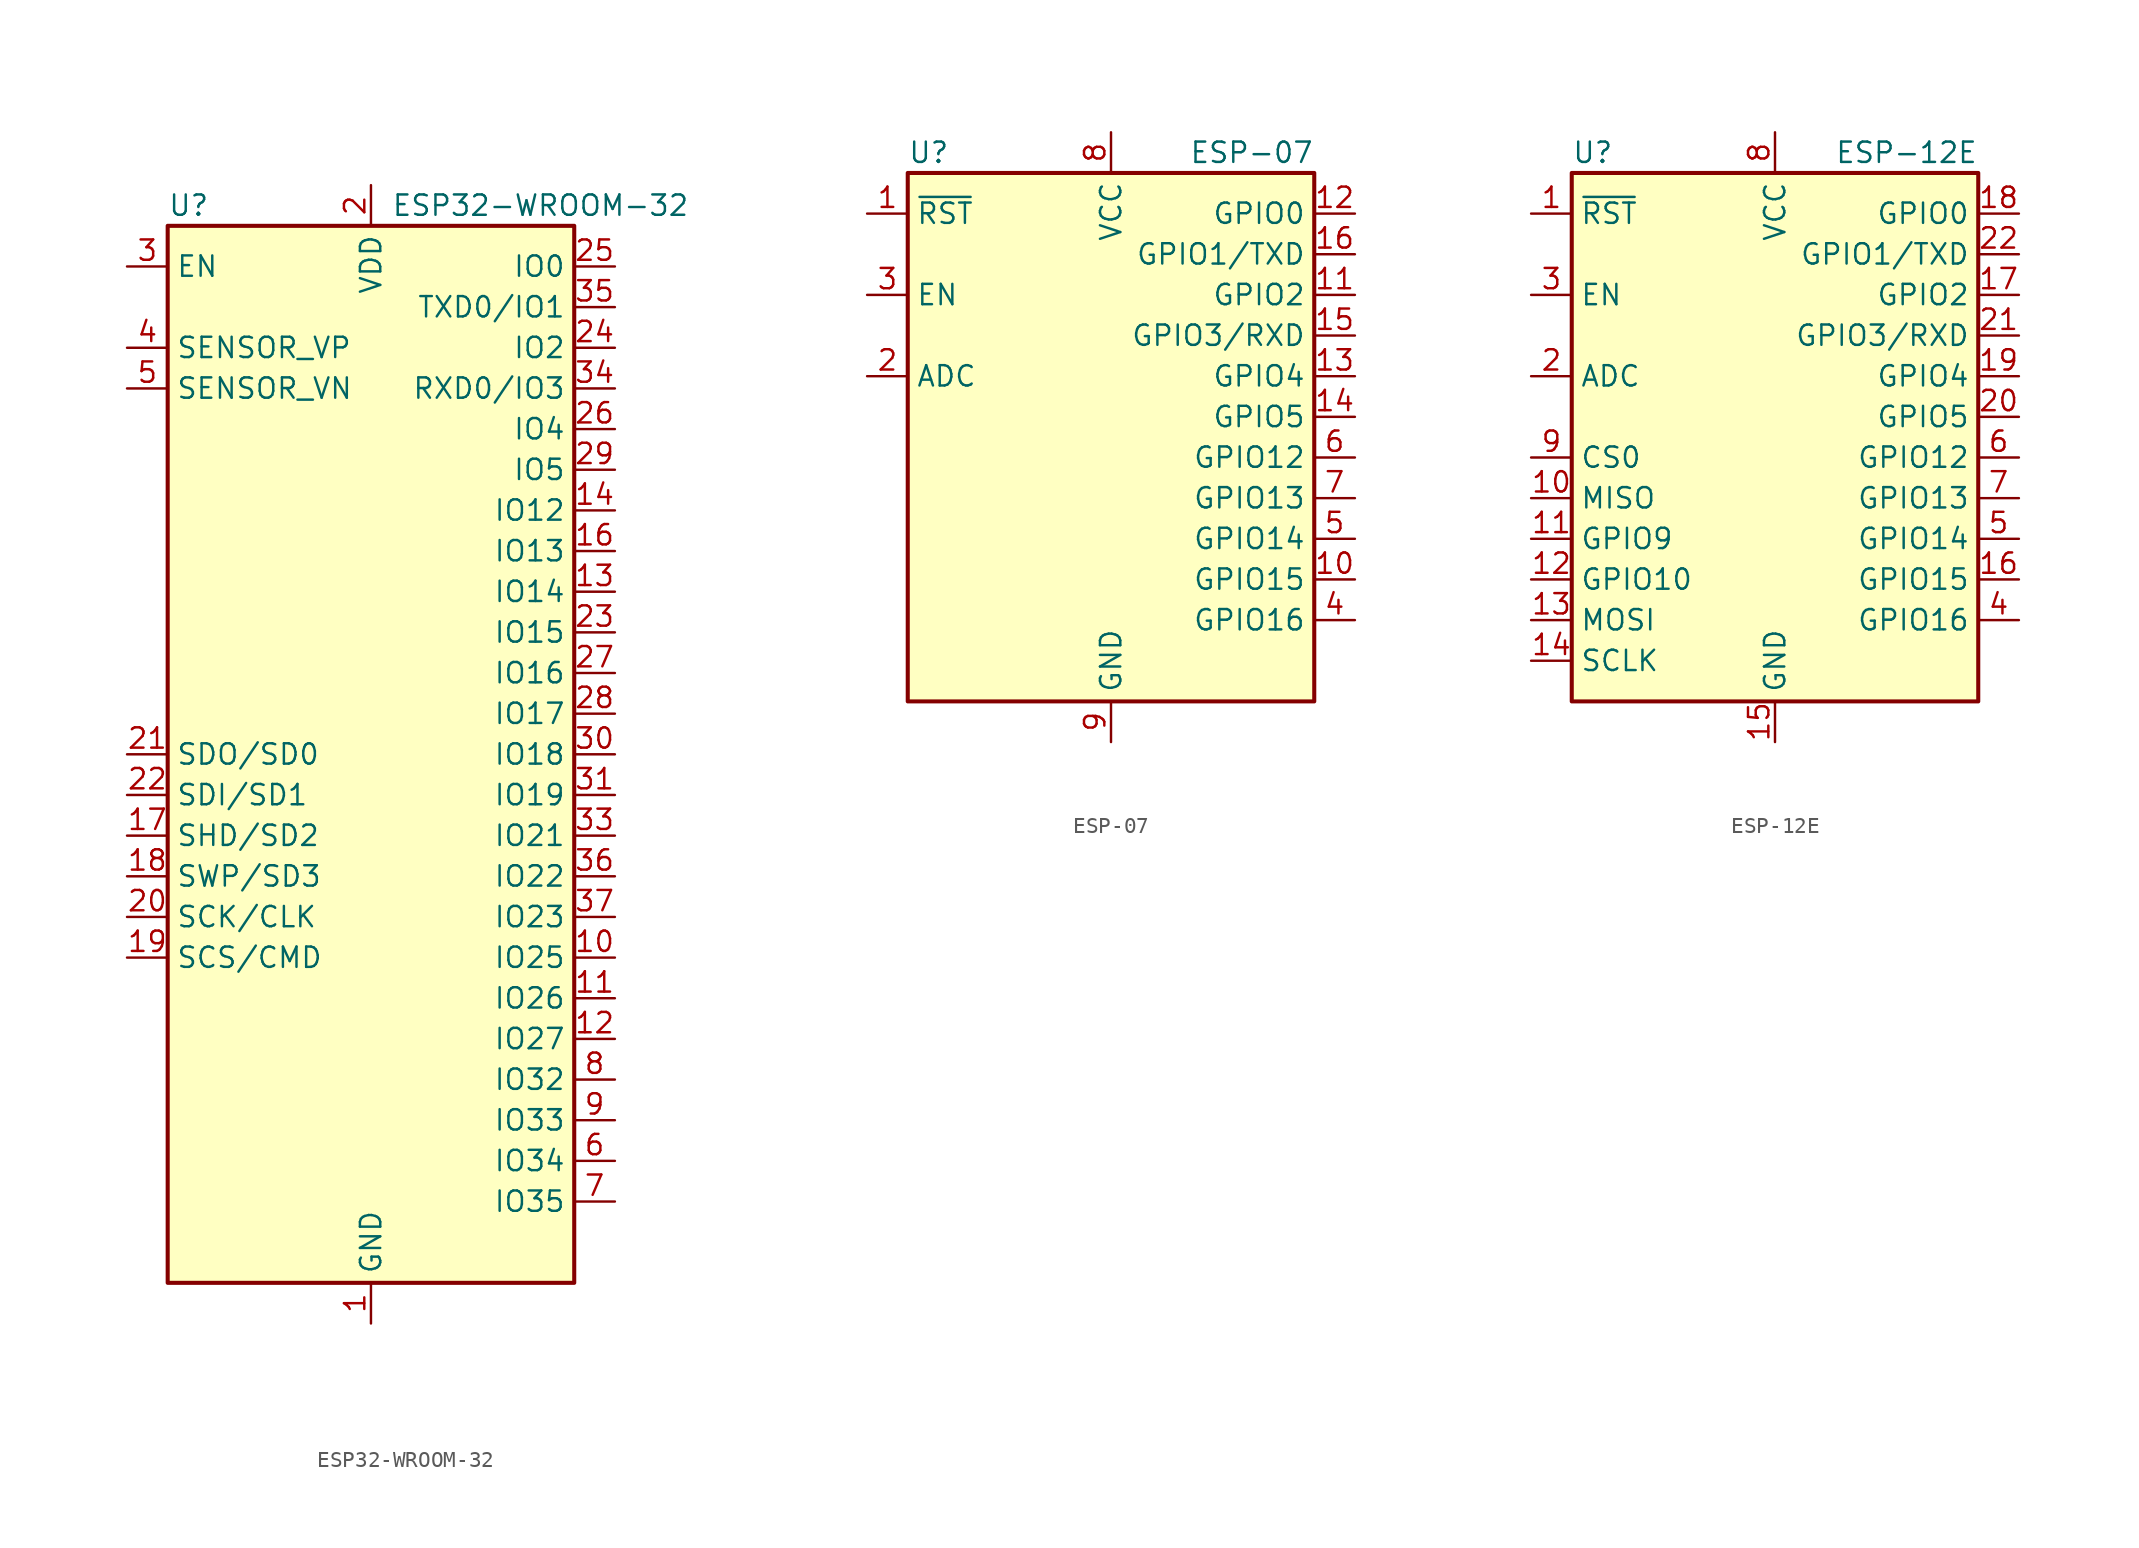
<source format=kicad_sym>
(kicad_symbol_lib
  (version 20241209)
  (generator "kicad_symbol_editor")
  (generator_version "9.0")
  (symbol "ESP32-WROOM-32"
    (property "Reference" "U"
      (at -12.7 34.29 0)
      (effects (font (size 1.27 1.27)) (justify left)))
    (property "Value" "ESP32-WROOM-32"
      (at 1.27 34.29 0)
      (effects (font (size 1.27 1.27)) (justify left)))
    (symbol "ESP32-WROOM-32_0_1"
      (rectangle (start -12.7 33.02) (end 12.7 -33.02) (stroke (width 0.254) (type default)) (fill (type background))))
    (symbol "ESP32-WROOM-32_1_1"
      (pin input line (at -15.24 30.48 0) (length 2.54) (name "EN" (effects (font (size 1.27 1.27)))) (number "3" (effects (font (size 1.27 1.27)))))
      (pin input line (at -15.24 25.4 0) (length 2.54) (name "SENSOR_VP" (effects (font (size 1.27 1.27)))) (number "4" (effects (font (size 1.27 1.27)))))
      (pin input line (at -15.24 22.86 0) (length 2.54) (name "SENSOR_VN" (effects (font (size 1.27 1.27)))) (number "5" (effects (font (size 1.27 1.27)))))
      (pin bidirectional line (at -15.24 0 0) (length 2.54) (name "SDO/SD0" (effects (font (size 1.27 1.27)))) (number "21" (effects (font (size 1.27 1.27)))))
      (pin bidirectional line (at -15.24 -2.54 0) (length 2.54) (name "SDI/SD1" (effects (font (size 1.27 1.27)))) (number "22" (effects (font (size 1.27 1.27)))))
      (pin bidirectional line (at -15.24 -5.08 0) (length 2.54) (name "SHD/SD2" (effects (font (size 1.27 1.27)))) (number "17" (effects (font (size 1.27 1.27)))))
      (pin bidirectional line (at -15.24 -7.62 0) (length 2.54) (name "SWP/SD3" (effects (font (size 1.27 1.27)))) (number "18" (effects (font (size 1.27 1.27)))))
      (pin bidirectional line (at -15.24 -10.16 0) (length 2.54) (name "SCK/CLK" (effects (font (size 1.27 1.27)))) (number "20" (effects (font (size 1.27 1.27)))))
      (pin bidirectional line (at -15.24 -12.7 0) (length 2.54) (name "SCS/CMD" (effects (font (size 1.27 1.27)))) (number "19" (effects (font (size 1.27 1.27)))))
      (pin no_connect line (at -12.7 -27.94 0) (length 2.54) (hide yes) (name "NC" (effects (font (size 1.27 1.27)))) (number "32" (effects (font (size 1.27 1.27)))))
      (pin power_in line (at 0 35.56 270) (length 2.54) (name "VDD" (effects (font (size 1.27 1.27)))) (number "2" (effects (font (size 1.27 1.27)))))
      (pin power_in line (at 0 -35.56 90) (length 2.54) (name "GND" (effects (font (size 1.27 1.27)))) (number "1" (effects (font (size 1.27 1.27)))))
      (pin passive line (at 0 -35.56 90) (length 2.54) (hide yes) (name "GND" (effects (font (size 1.27 1.27)))) (number "15" (effects (font (size 1.27 1.27)))))
      (pin passive line (at 0 -35.56 90) (length 2.54) (hide yes) (name "GND" (effects (font (size 1.27 1.27)))) (number "38" (effects (font (size 1.27 1.27)))))
      (pin passive line (at 0 -35.56 90) (length 2.54) (hide yes) (name "GND" (effects (font (size 1.27 1.27)))) (number "39" (effects (font (size 1.27 1.27)))))
      (pin bidirectional line (at 15.24 30.48 180) (length 2.54) (name "IO0" (effects (font (size 1.27 1.27)))) (number "25" (effects (font (size 1.27 1.27)))))
      (pin bidirectional line (at 15.24 27.94 180) (length 2.54) (name "TXD0/IO1" (effects (font (size 1.27 1.27)))) (number "35" (effects (font (size 1.27 1.27)))))
      (pin bidirectional line (at 15.24 25.4 180) (length 2.54) (name "IO2" (effects (font (size 1.27 1.27)))) (number "24" (effects (font (size 1.27 1.27)))))
      (pin bidirectional line (at 15.24 22.86 180) (length 2.54) (name "RXD0/IO3" (effects (font (size 1.27 1.27)))) (number "34" (effects (font (size 1.27 1.27)))))
      (pin bidirectional line (at 15.24 20.32 180) (length 2.54) (name "IO4" (effects (font (size 1.27 1.27)))) (number "26" (effects (font (size 1.27 1.27)))))
      (pin bidirectional line (at 15.24 17.78 180) (length 2.54) (name "IO5" (effects (font (size 1.27 1.27)))) (number "29" (effects (font (size 1.27 1.27)))))
      (pin bidirectional line (at 15.24 15.24 180) (length 2.54) (name "IO12" (effects (font (size 1.27 1.27)))) (number "14" (effects (font (size 1.27 1.27)))))
      (pin bidirectional line (at 15.24 12.7 180) (length 2.54) (name "IO13" (effects (font (size 1.27 1.27)))) (number "16" (effects (font (size 1.27 1.27)))))
      (pin bidirectional line (at 15.24 10.16 180) (length 2.54) (name "IO14" (effects (font (size 1.27 1.27)))) (number "13" (effects (font (size 1.27 1.27)))))
      (pin bidirectional line (at 15.24 7.62 180) (length 2.54) (name "IO15" (effects (font (size 1.27 1.27)))) (number "23" (effects (font (size 1.27 1.27)))))
      (pin bidirectional line (at 15.24 5.08 180) (length 2.54) (name "IO16" (effects (font (size 1.27 1.27)))) (number "27" (effects (font (size 1.27 1.27)))))
      (pin bidirectional line (at 15.24 2.54 180) (length 2.54) (name "IO17" (effects (font (size 1.27 1.27)))) (number "28" (effects (font (size 1.27 1.27)))))
      (pin bidirectional line (at 15.24 0 180) (length 2.54) (name "IO18" (effects (font (size 1.27 1.27)))) (number "30" (effects (font (size 1.27 1.27)))))
      (pin bidirectional line (at 15.24 -2.54 180) (length 2.54) (name "IO19" (effects (font (size 1.27 1.27)))) (number "31" (effects (font (size 1.27 1.27)))))
      (pin bidirectional line (at 15.24 -5.08 180) (length 2.54) (name "IO21" (effects (font (size 1.27 1.27)))) (number "33" (effects (font (size 1.27 1.27)))))
      (pin bidirectional line (at 15.24 -7.62 180) (length 2.54) (name "IO22" (effects (font (size 1.27 1.27)))) (number "36" (effects (font (size 1.27 1.27)))))
      (pin bidirectional line (at 15.24 -10.16 180) (length 2.54) (name "IO23" (effects (font (size 1.27 1.27)))) (number "37" (effects (font (size 1.27 1.27)))))
      (pin bidirectional line (at 15.24 -12.7 180) (length 2.54) (name "IO25" (effects (font (size 1.27 1.27)))) (number "10" (effects (font (size 1.27 1.27)))))
      (pin bidirectional line (at 15.24 -15.24 180) (length 2.54) (name "IO26" (effects (font (size 1.27 1.27)))) (number "11" (effects (font (size 1.27 1.27)))))
      (pin bidirectional line (at 15.24 -17.78 180) (length 2.54) (name "IO27" (effects (font (size 1.27 1.27)))) (number "12" (effects (font (size 1.27 1.27)))))
      (pin bidirectional line (at 15.24 -20.32 180) (length 2.54) (name "IO32" (effects (font (size 1.27 1.27)))) (number "8" (effects (font (size 1.27 1.27)))))
      (pin bidirectional line (at 15.24 -22.86 180) (length 2.54) (name "IO33" (effects (font (size 1.27 1.27)))) (number "9" (effects (font (size 1.27 1.27)))))
      (pin input line (at 15.24 -25.4 180) (length 2.54) (name "IO34" (effects (font (size 1.27 1.27)))) (number "6" (effects (font (size 1.27 1.27)))))
      (pin input line (at 15.24 -27.94 180) (length 2.54) (name "IO35" (effects (font (size 1.27 1.27)))) (number "7" (effects (font (size 1.27 1.27)))))))
  (symbol "ESP-07"
    (property "Reference" "U"
      (at -12.7 19.05 0)
      (effects (font (size 1.27 1.27)) (justify left)))
    (property "Value" "ESP-07"
      (at 12.7 19.05 0)
      (effects (font (size 1.27 1.27)) (justify right)))
    (symbol "ESP-07_0_1"
      (rectangle (start -12.7 17.78) (end 12.7 -15.24) (stroke (width 0.254) (type default)) (fill (type background))))
    (symbol "ESP-07_1_1"
      (pin input line (at -15.24 15.24 0) (length 2.54) (name "~{RST}" (effects (font (size 1.27 1.27)))) (number "1" (effects (font (size 1.27 1.27)))))
      (pin input line (at -15.24 10.16 0) (length 2.54) (name "EN" (effects (font (size 1.27 1.27)))) (number "3" (effects (font (size 1.27 1.27)))))
      (pin input line (at -15.24 5.08 0) (length 2.54) (name "ADC" (effects (font (size 1.27 1.27)))) (number "2" (effects (font (size 1.27 1.27)))))
      (pin power_in line (at 0 20.32 270) (length 2.54) (name "VCC" (effects (font (size 1.27 1.27)))) (number "8" (effects (font (size 1.27 1.27)))))
      (pin power_in line (at 0 -17.78 90) (length 2.54) (name "GND" (effects (font (size 1.27 1.27)))) (number "9" (effects (font (size 1.27 1.27)))))
      (pin bidirectional line (at 15.24 15.24 180) (length 2.54) (name "GPIO0" (effects (font (size 1.27 1.27)))) (number "12" (effects (font (size 1.27 1.27)))))
      (pin bidirectional line (at 15.24 12.7 180) (length 2.54) (name "GPIO1/TXD" (effects (font (size 1.27 1.27)))) (number "16" (effects (font (size 1.27 1.27)))))
      (pin bidirectional line (at 15.24 10.16 180) (length 2.54) (name "GPIO2" (effects (font (size 1.27 1.27)))) (number "11" (effects (font (size 1.27 1.27)))))
      (pin bidirectional line (at 15.24 7.62 180) (length 2.54) (name "GPIO3/RXD" (effects (font (size 1.27 1.27)))) (number "15" (effects (font (size 1.27 1.27)))))
      (pin bidirectional line (at 15.24 5.08 180) (length 2.54) (name "GPIO4" (effects (font (size 1.27 1.27)))) (number "13" (effects (font (size 1.27 1.27)))))
      (pin bidirectional line (at 15.24 2.54 180) (length 2.54) (name "GPIO5" (effects (font (size 1.27 1.27)))) (number "14" (effects (font (size 1.27 1.27)))))
      (pin bidirectional line (at 15.24 0 180) (length 2.54) (name "GPIO12" (effects (font (size 1.27 1.27)))) (number "6" (effects (font (size 1.27 1.27)))))
      (pin bidirectional line (at 15.24 -2.54 180) (length 2.54) (name "GPIO13" (effects (font (size 1.27 1.27)))) (number "7" (effects (font (size 1.27 1.27)))))
      (pin bidirectional line (at 15.24 -5.08 180) (length 2.54) (name "GPIO14" (effects (font (size 1.27 1.27)))) (number "5" (effects (font (size 1.27 1.27)))))
      (pin bidirectional line (at 15.24 -7.62 180) (length 2.54) (name "GPIO15" (effects (font (size 1.27 1.27)))) (number "10" (effects (font (size 1.27 1.27)))))
      (pin bidirectional line (at 15.24 -10.16 180) (length 2.54) (name "GPIO16" (effects (font (size 1.27 1.27)))) (number "4" (effects (font (size 1.27 1.27)))))))
  (symbol "ESP-12E"
    (property "Reference" "U"
      (at -12.7 19.05 0)
      (effects (font (size 1.27 1.27)) (justify left)))
    (property "Value" "ESP-12E"
      (at 12.7 19.05 0)
      (effects (font (size 1.27 1.27)) (justify right)))
    (symbol "ESP-12E_0_1"
      (rectangle (start -12.7 17.78) (end 12.7 -15.24) (stroke (width 0.254) (type default)) (fill (type background))))
    (symbol "ESP-12E_1_1"
      (pin input line (at -15.24 15.24 0) (length 2.54) (name "~{RST}" (effects (font (size 1.27 1.27)))) (number "1" (effects (font (size 1.27 1.27)))))
      (pin input line (at -15.24 10.16 0) (length 2.54) (name "EN" (effects (font (size 1.27 1.27)))) (number "3" (effects (font (size 1.27 1.27)))))
      (pin input line (at -15.24 5.08 0) (length 2.54) (name "ADC" (effects (font (size 1.27 1.27)))) (number "2" (effects (font (size 1.27 1.27)))))
      (pin input line (at -15.24 0 0) (length 2.54) (name "CS0" (effects (font (size 1.27 1.27)))) (number "9" (effects (font (size 1.27 1.27)))))
      (pin bidirectional line (at -15.24 -2.54 0) (length 2.54) (name "MISO" (effects (font (size 1.27 1.27)))) (number "10" (effects (font (size 1.27 1.27)))))
      (pin bidirectional line (at -15.24 -5.08 0) (length 2.54) (name "GPIO9" (effects (font (size 1.27 1.27)))) (number "11" (effects (font (size 1.27 1.27)))))
      (pin bidirectional line (at -15.24 -7.62 0) (length 2.54) (name "GPIO10" (effects (font (size 1.27 1.27)))) (number "12" (effects (font (size 1.27 1.27)))))
      (pin bidirectional line (at -15.24 -10.16 0) (length 2.54) (name "MOSI" (effects (font (size 1.27 1.27)))) (number "13" (effects (font (size 1.27 1.27)))))
      (pin bidirectional line (at -15.24 -12.7 0) (length 2.54) (name "SCLK" (effects (font (size 1.27 1.27)))) (number "14" (effects (font (size 1.27 1.27)))))
      (pin power_in line (at 0 20.32 270) (length 2.54) (name "VCC" (effects (font (size 1.27 1.27)))) (number "8" (effects (font (size 1.27 1.27)))))
      (pin power_in line (at 0 -17.78 90) (length 2.54) (name "GND" (effects (font (size 1.27 1.27)))) (number "15" (effects (font (size 1.27 1.27)))))
      (pin bidirectional line (at 15.24 15.24 180) (length 2.54) (name "GPIO0" (effects (font (size 1.27 1.27)))) (number "18" (effects (font (size 1.27 1.27)))))
      (pin bidirectional line (at 15.24 12.7 180) (length 2.54) (name "GPIO1/TXD" (effects (font (size 1.27 1.27)))) (number "22" (effects (font (size 1.27 1.27)))))
      (pin bidirectional line (at 15.24 10.16 180) (length 2.54) (name "GPIO2" (effects (font (size 1.27 1.27)))) (number "17" (effects (font (size 1.27 1.27)))))
      (pin bidirectional line (at 15.24 7.62 180) (length 2.54) (name "GPIO3/RXD" (effects (font (size 1.27 1.27)))) (number "21" (effects (font (size 1.27 1.27)))))
      (pin bidirectional line (at 15.24 5.08 180) (length 2.54) (name "GPIO4" (effects (font (size 1.27 1.27)))) (number "19" (effects (font (size 1.27 1.27)))))
      (pin bidirectional line (at 15.24 2.54 180) (length 2.54) (name "GPIO5" (effects (font (size 1.27 1.27)))) (number "20" (effects (font (size 1.27 1.27)))))
      (pin bidirectional line (at 15.24 0 180) (length 2.54) (name "GPIO12" (effects (font (size 1.27 1.27)))) (number "6" (effects (font (size 1.27 1.27)))))
      (pin bidirectional line (at 15.24 -2.54 180) (length 2.54) (name "GPIO13" (effects (font (size 1.27 1.27)))) (number "7" (effects (font (size 1.27 1.27)))))
      (pin bidirectional line (at 15.24 -5.08 180) (length 2.54) (name "GPIO14" (effects (font (size 1.27 1.27)))) (number "5" (effects (font (size 1.27 1.27)))))
      (pin bidirectional line (at 15.24 -7.62 180) (length 2.54) (name "GPIO15" (effects (font (size 1.27 1.27)))) (number "16" (effects (font (size 1.27 1.27)))))
      (pin bidirectional line (at 15.24 -10.16 180) (length 2.54) (name "GPIO16" (effects (font (size 1.27 1.27)))) (number "4" (effects (font (size 1.27 1.27))))))))
</source>
